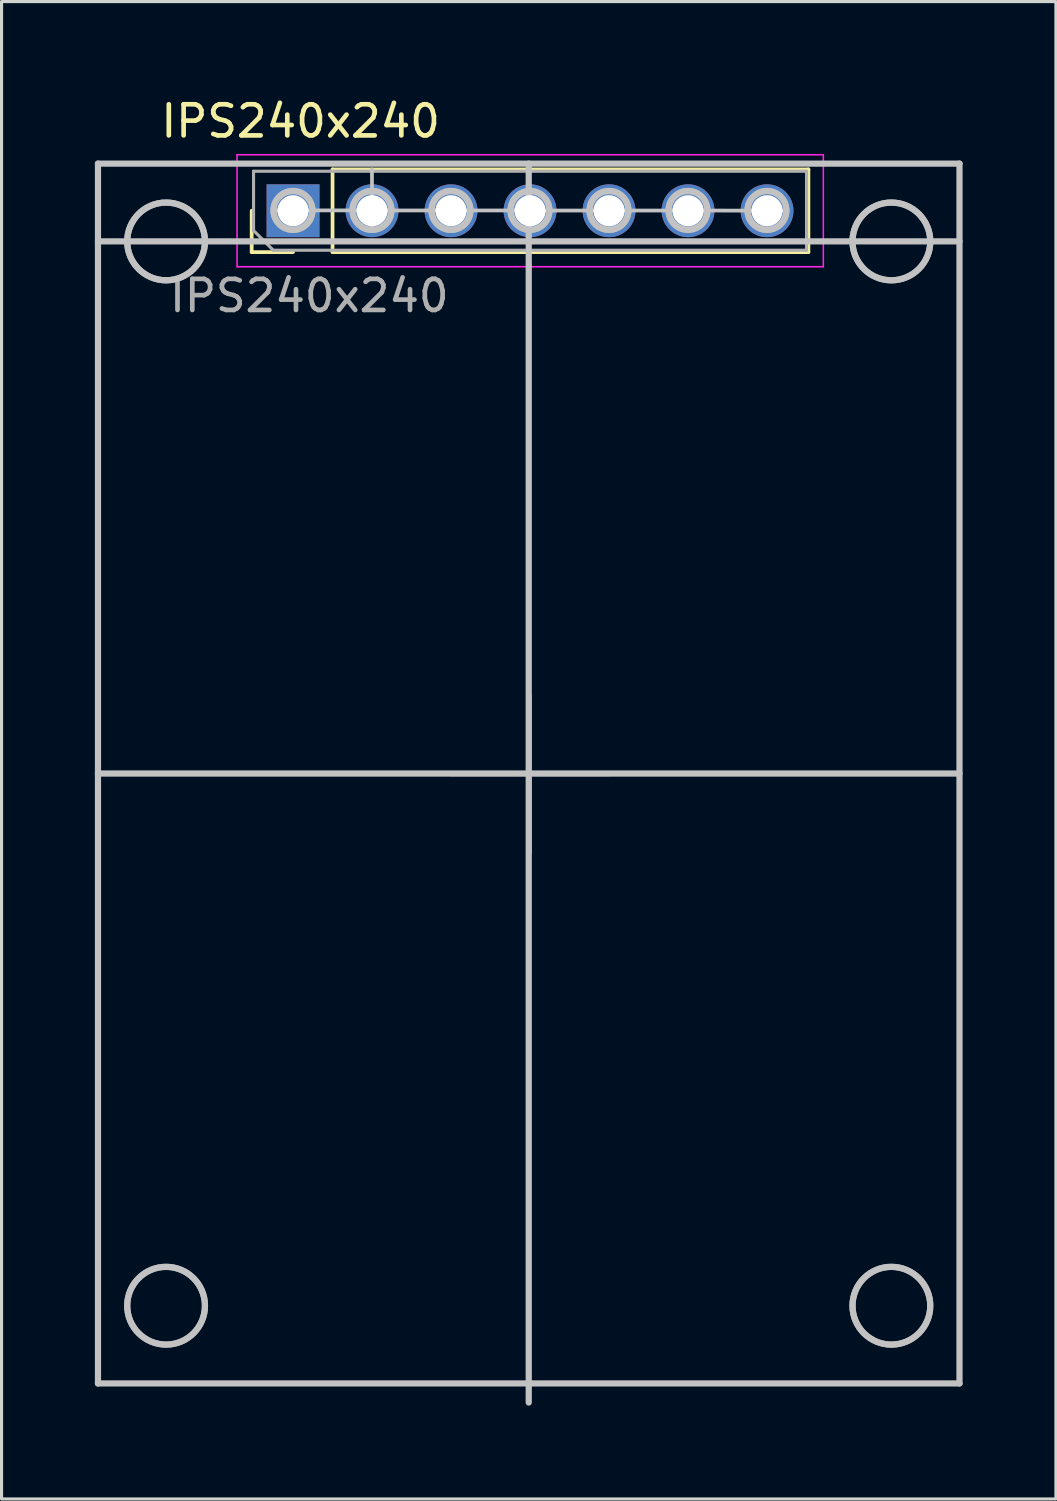
<source format=kicad_pcb>
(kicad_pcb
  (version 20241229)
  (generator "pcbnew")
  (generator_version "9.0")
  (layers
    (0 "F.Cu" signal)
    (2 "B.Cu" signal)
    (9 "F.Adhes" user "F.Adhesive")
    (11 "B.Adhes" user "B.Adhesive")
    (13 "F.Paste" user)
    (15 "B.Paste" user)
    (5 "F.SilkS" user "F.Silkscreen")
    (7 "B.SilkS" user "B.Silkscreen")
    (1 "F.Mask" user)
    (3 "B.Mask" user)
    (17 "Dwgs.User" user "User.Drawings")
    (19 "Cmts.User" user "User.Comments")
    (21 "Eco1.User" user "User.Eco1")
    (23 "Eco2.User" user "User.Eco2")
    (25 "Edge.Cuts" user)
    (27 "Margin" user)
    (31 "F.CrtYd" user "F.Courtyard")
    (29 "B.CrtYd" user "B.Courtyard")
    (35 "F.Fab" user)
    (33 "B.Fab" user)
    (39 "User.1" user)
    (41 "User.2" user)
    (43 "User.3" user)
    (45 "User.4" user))
  (footprint "IPS240x240"
    (layer "F.Cu")
    (at 13.982 21.846)
    (property "Reference" "IPS240x240" (at -7.366 -20.998 180) (layer "F.SilkS") (effects (font (size 1 1) (thickness 0.15))))
    (attr through_hole)
    (fp_line (start -8.94 -16.79) (end -8.94 -18.12) (stroke (width 0.12) (type solid)) (layer "F.SilkS"))
    (fp_line (start -7.61 -16.79) (end -8.94 -16.79) (stroke (width 0.12) (type solid)) (layer "F.SilkS"))
    (fp_line (start -6.34 -19.45) (end 8.96 -19.45) (stroke (width 0.12) (type solid)) (layer "F.SilkS"))
    (fp_line (start -6.34 -16.79) (end -6.34 -19.45) (stroke (width 0.12) (type solid)) (layer "F.SilkS"))
    (fp_line (start -6.34 -16.79) (end 8.96 -16.79) (stroke (width 0.12) (type solid)) (layer "F.SilkS"))
    (fp_line (start 8.96 -16.79) (end 8.96 -19.45) (stroke (width 0.12) (type solid)) (layer "F.SilkS"))
    (fp_line (start -13.882 -19.635) (end -13.882 19.585) (stroke (width 0.2) (type solid)) (layer "Dwgs.User"))
    (fp_line (start -13.882 19.585) (end 13.818 19.585) (stroke (width 0.2) (type solid)) (layer "Dwgs.User"))
    (fp_line (start -8.237 -18.131) (end 8.265 -18.125) (stroke (width 0.12) (type solid)) (layer "Dwgs.User"))
    (fp_line (start -5.072 -17.488) (end -5.072 -19.451) (stroke (width 0.12) (type solid)) (layer "Dwgs.User"))
    (fp_line (start -0.032 -19.635) (end -0.032 20.198) (stroke (width 0.2) (type solid)) (layer "Dwgs.User"))
    (fp_line (start 13.818 -19.635) (end -13.882 -19.635) (stroke (width 0.2) (type solid)) (layer "Dwgs.User"))
    (fp_line (start 13.818 -17.135) (end -13.882 -17.135) (stroke (width 0.2) (type solid)) (layer "Dwgs.User"))
    (fp_line (start 13.818 -0.025) (end -13.882 -0.025) (stroke (width 0.2) (type solid)) (layer "Dwgs.User"))
    (fp_line (start 13.818 19.585) (end 13.818 -19.635) (stroke (width 0.2) (type solid)) (layer "Dwgs.User"))
    (fp_circle (center -11.692 -17.135) (end -10.442 -17.135) (stroke (width 0.2) (type solid)) (fill no) (layer "Dwgs.User"))
    (fp_circle (center -11.692 17.085) (end -10.442 17.085) (stroke (width 0.2) (type solid)) (fill no) (layer "Dwgs.User"))
    (fp_circle (center -7.612 -18.131) (end -6.987 -18.131) (stroke (width 0.2) (type solid)) (fill no) (layer "Dwgs.User"))
    (fp_circle (center -5.072 -18.131) (end -4.447 -18.131) (stroke (width 0.2) (type solid)) (fill no) (layer "Dwgs.User"))
    (fp_circle (center -2.532 -18.131) (end -1.907 -18.131) (stroke (width 0.2) (type solid)) (fill no) (layer "Dwgs.User"))
    (fp_circle (center 0.008 -18.131) (end 0.633 -18.131) (stroke (width 0.2) (type solid)) (fill no) (layer "Dwgs.User"))
    (fp_circle (center 2.548 -18.131) (end 3.173 -18.131) (stroke (width 0.2) (type solid)) (fill no) (layer "Dwgs.User"))
    (fp_circle (center 5.088 -18.131) (end 5.713 -18.131) (stroke (width 0.2) (type solid)) (fill no) (layer "Dwgs.User"))
    (fp_circle (center 7.628 -18.131) (end 8.253 -18.131) (stroke (width 0.2) (type solid)) (fill no) (layer "Dwgs.User"))
    (fp_circle (center 11.628 -17.135) (end 12.878 -17.135) (stroke (width 0.2) (type solid)) (fill no) (layer "Dwgs.User"))
    (fp_circle (center 11.628 17.085) (end 12.878 17.085) (stroke (width 0.2) (type solid)) (fill no) (layer "Dwgs.User"))
    (fp_line (start -9.41 -19.92) (end -9.41 -16.32) (stroke (width 0.05) (type solid)) (layer "F.CrtYd"))
    (fp_line (start -9.41 -16.32) (end 9.44 -16.32) (stroke (width 0.05) (type solid)) (layer "F.CrtYd"))
    (fp_line (start 9.44 -19.92) (end -9.41 -19.92) (stroke (width 0.05) (type solid)) (layer "F.CrtYd"))
    (fp_line (start 9.44 -16.32) (end 9.44 -19.92) (stroke (width 0.05) (type solid)) (layer "F.CrtYd"))
    (fp_line (start -13.882 -19.632) (end -13.882 19.588) (stroke (width 0.1) (type solid)) (layer "F.Fab"))
    (fp_line (start -13.882 19.588) (end 13.818 19.588) (stroke (width 0.1) (type solid)) (layer "F.Fab"))
    (fp_line (start -8.88 -19.39) (end 8.9 -19.39) (stroke (width 0.1) (type solid)) (layer "F.Fab"))
    (fp_line (start -8.88 -17.485) (end -8.88 -19.39) (stroke (width 0.1) (type solid)) (layer "F.Fab"))
    (fp_line (start -8.245 -16.85) (end -8.88 -17.485) (stroke (width 0.1) (type solid)) (layer "F.Fab"))
    (fp_line (start -2.54 0) (end 2.54 0) (stroke (width 0.12) (type solid)) (layer "F.Fab"))
    (fp_line (start 0 -2.54) (end 0 2.54) (stroke (width 0.12) (type solid)) (layer "F.Fab"))
    (fp_line (start 8.9 -19.39) (end 8.9 -16.85) (stroke (width 0.1) (type solid)) (layer "F.Fab"))
    (fp_line (start 8.9 -16.85) (end -8.245 -16.85) (stroke (width 0.1) (type solid)) (layer "F.Fab"))
    (fp_line (start 13.818 -19.632) (end -13.882 -19.632) (stroke (width 0.1) (type solid)) (layer "F.Fab"))
    (fp_line (start 13.818 19.588) (end 13.818 -19.632) (stroke (width 0.1) (type solid)) (layer "F.Fab"))
    (fp_circle (center -11.692 -17.132) (end -10.442 -17.132) (stroke (width 0.2) (type solid)) (fill no) (layer "F.Fab"))
    (fp_circle (center -11.692 17.088) (end -10.442 17.088) (stroke (width 0.2) (type solid)) (fill no) (layer "F.Fab"))
    (fp_circle (center -7.612 -18.128) (end -6.987 -18.128) (stroke (width 0.2) (type solid)) (fill no) (layer "F.Fab"))
    (fp_circle (center -5.072 -18.128) (end -4.447 -18.128) (stroke (width 0.2) (type solid)) (fill no) (layer "F.Fab"))
    (fp_circle (center -2.532 -18.128) (end -1.907 -18.128) (stroke (width 0.2) (type solid)) (fill no) (layer "F.Fab"))
    (fp_circle (center 0.008 -18.128) (end 0.633 -18.128) (stroke (width 0.2) (type solid)) (fill no) (layer "F.Fab"))
    (fp_circle (center 2.548 -18.128) (end 3.173 -18.128) (stroke (width 0.2) (type solid)) (fill no) (layer "F.Fab"))
    (fp_circle (center 5.088 -18.128) (end 5.713 -18.128) (stroke (width 0.2) (type solid)) (fill no) (layer "F.Fab"))
    (fp_circle (center 7.628 -18.128) (end 8.253 -18.128) (stroke (width 0.2) (type solid)) (fill no) (layer "F.Fab"))
    (fp_circle (center 11.628 -17.132) (end 12.878 -17.132) (stroke (width 0.2) (type solid)) (fill no) (layer "F.Fab"))
    (fp_circle (center 11.628 17.088) (end 12.878 17.088) (stroke (width 0.2) (type solid)) (fill no) (layer "F.Fab"))
    (fp_text user "${REFERENCE}" (at -7.087 -15.385 180) (layer "F.Fab") (effects (font (size 1 1) (thickness 0.15))))
    (pad "1" thru_hole rect (at -7.61 -18.12 90) (size 1.7 1.7) (drill 1) (layers "*.Cu" "*.Mask"))
    (pad "2" thru_hole oval (at -5.07 -18.12 90) (size 1.7 1.7) (drill 1) (layers "*.Cu" "*.Mask"))
    (pad "3" thru_hole oval (at -2.53 -18.12 90) (size 1.7 1.7) (drill 1) (layers "*.Cu" "*.Mask"))
    (pad "4" thru_hole oval (at 0.01 -18.12 90) (size 1.7 1.7) (drill 1) (layers "*.Cu" "*.Mask"))
    (pad "5" thru_hole oval (at 2.55 -18.12 90) (size 1.7 1.7) (drill 1) (layers "*.Cu" "*.Mask"))
    (pad "6" thru_hole oval (at 5.09 -18.12 90) (size 1.7 1.7) (drill 1) (layers "*.Cu" "*.Mask"))
    (pad "7" thru_hole oval (at 7.63 -18.12 90) (size 1.7 1.7) (drill 1) (layers "*.Cu" "*.Mask")))
  (gr_rect
    (start -3 -3)
    (end 30.9 45.145)
    (stroke (width 0.1) (type default))
    (fill no)
    (layer "Edge.Cuts")))
</source>
